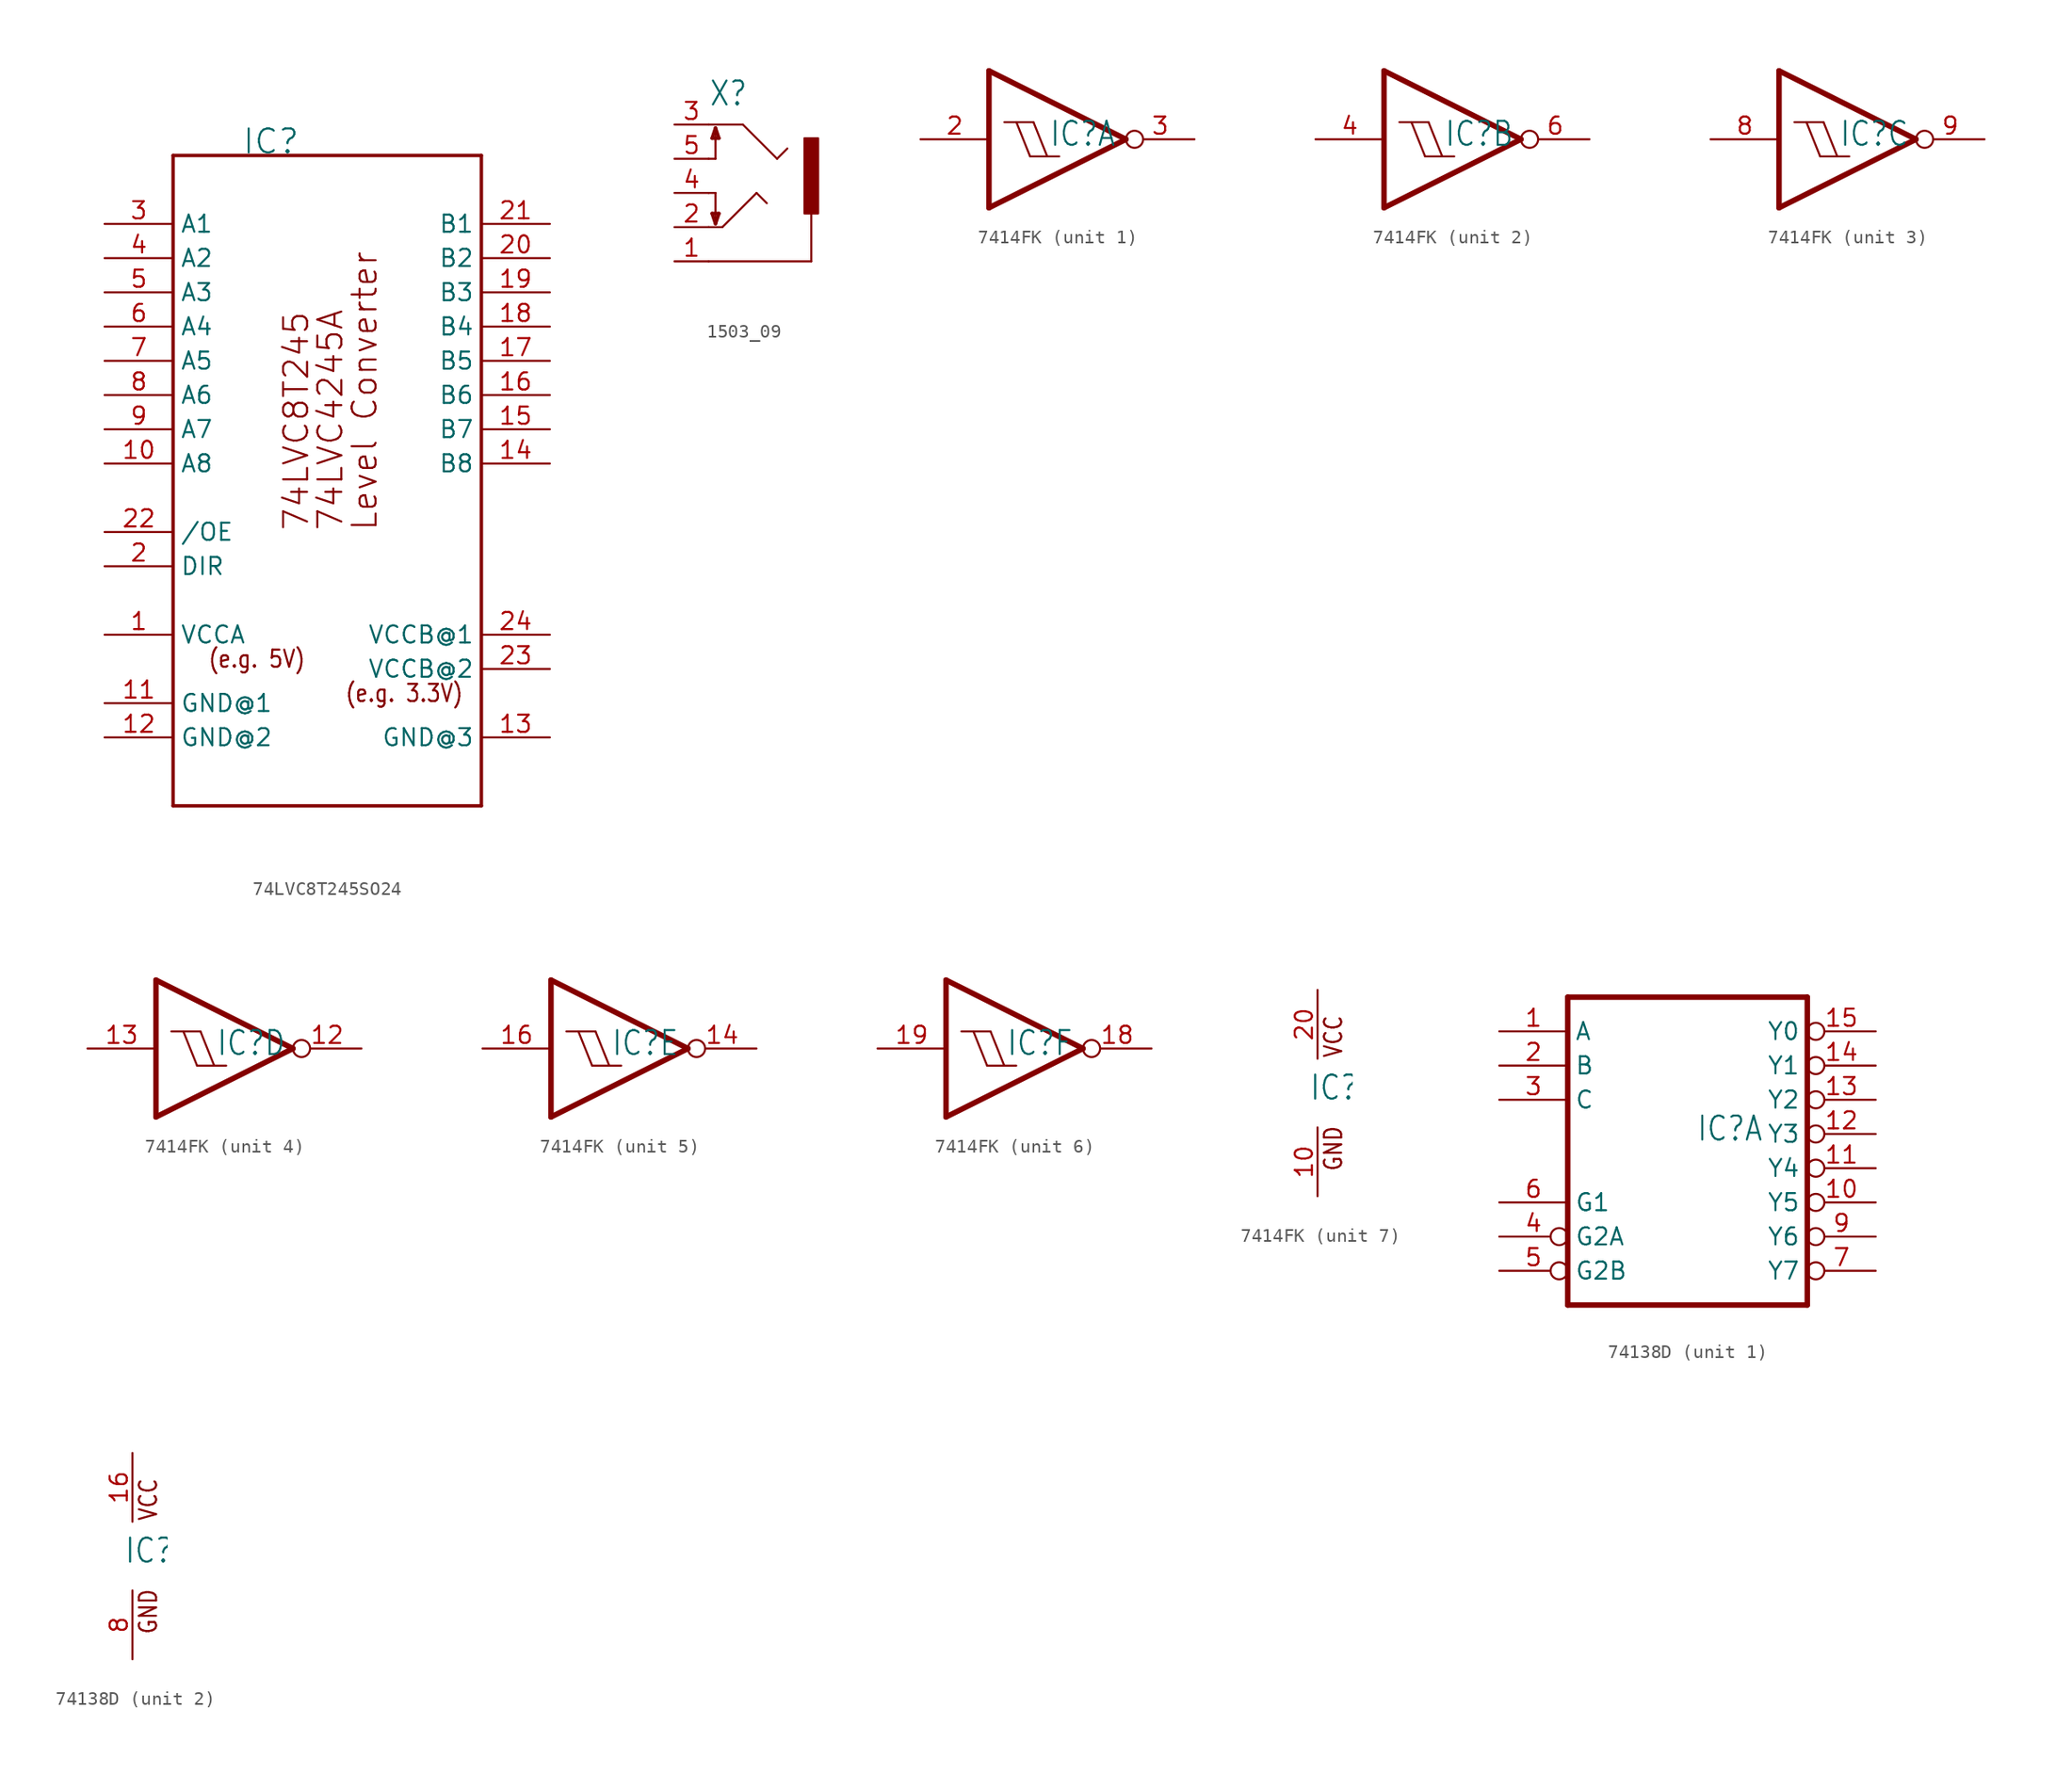
<source format=kicad_sym>
(kicad_symbol_lib
  (version 20231120)
  (generator "kicad_symbol_editor")
  (generator_version "8.0")
  (symbol "74LVC8T245SO24"
    (property "Reference" "IC"
      (at -2.54 22.86 0)
      (effects (font (size 1.778 1.778)) (justify left bottom)))
    (property "ki_locked" ""
      (at 0 0 0)
      (effects (font (size 1.27 1.27))))
    (symbol "74LVC8T245SO24_1_0"
      (polyline (pts (xy -7.62 -25.4) (xy -7.62 22.86)) (stroke (width 0.254) (type solid)) (fill (type none)))
      (polyline (pts (xy -7.62 22.86) (xy 15.24 22.86)) (stroke (width 0.254) (type solid)) (fill (type none)))
      (polyline (pts (xy 15.24 -25.4) (xy -7.62 -25.4)) (stroke (width 0.254) (type solid)) (fill (type none)))
      (polyline (pts (xy 15.24 22.86) (xy 15.24 -25.4)) (stroke (width 0.254) (type solid)) (fill (type none)))
      (text "(e.g. 3.3V)" (at 5.08 -17.78 0) (effects (font (size 1.27 1.079)) (justify left bottom)))
      (text "(e.g. 5V)" (at -5.08 -15.24 0) (effects (font (size 1.27 1.079)) (justify left bottom)))
      (text "74LVC4245A" (at 5.08 -5.08 900) (effects (font (size 1.778 1.778)) (justify left bottom)))
      (text "74LVC8T245" (at 2.54 -5.08 900) (effects (font (size 1.778 1.778)) (justify left bottom)))
      (text "Level Converter" (at 7.62 -5.08 900) (effects (font (size 1.778 1.778)) (justify left bottom)))
      (pin input line (at -12.7 -12.7 0) (length 5.08) (name "VCCA" (effects (font (size 1.27 1.27)))) (number "1" (effects (font (size 1.27 1.27)))))
      (pin bidirectional line (at -12.7 0 0) (length 5.08) (name "A8" (effects (font (size 1.27 1.27)))) (number "10" (effects (font (size 1.27 1.27)))))
      (pin input line (at -12.7 -17.78 0) (length 5.08) (name "GND@1" (effects (font (size 1.27 1.27)))) (number "11" (effects (font (size 1.27 1.27)))))
      (pin input line (at -12.7 -20.32 0) (length 5.08) (name "GND@2" (effects (font (size 1.27 1.27)))) (number "12" (effects (font (size 1.27 1.27)))))
      (pin input line (at 20.32 -20.32 180) (length 5.08) (name "GND@3" (effects (font (size 1.27 1.27)))) (number "13" (effects (font (size 1.27 1.27)))))
      (pin bidirectional line (at 20.32 0 180) (length 5.08) (name "B8" (effects (font (size 1.27 1.27)))) (number "14" (effects (font (size 1.27 1.27)))))
      (pin bidirectional line (at 20.32 2.54 180) (length 5.08) (name "B7" (effects (font (size 1.27 1.27)))) (number "15" (effects (font (size 1.27 1.27)))))
      (pin bidirectional line (at 20.32 5.08 180) (length 5.08) (name "B6" (effects (font (size 1.27 1.27)))) (number "16" (effects (font (size 1.27 1.27)))))
      (pin bidirectional line (at 20.32 7.62 180) (length 5.08) (name "B5" (effects (font (size 1.27 1.27)))) (number "17" (effects (font (size 1.27 1.27)))))
      (pin bidirectional line (at 20.32 10.16 180) (length 5.08) (name "B4" (effects (font (size 1.27 1.27)))) (number "18" (effects (font (size 1.27 1.27)))))
      (pin bidirectional line (at 20.32 12.7 180) (length 5.08) (name "B3" (effects (font (size 1.27 1.27)))) (number "19" (effects (font (size 1.27 1.27)))))
      (pin input line (at -12.7 -7.62 0) (length 5.08) (name "DIR" (effects (font (size 1.27 1.27)))) (number "2" (effects (font (size 1.27 1.27)))))
      (pin bidirectional line (at 20.32 15.24 180) (length 5.08) (name "B2" (effects (font (size 1.27 1.27)))) (number "20" (effects (font (size 1.27 1.27)))))
      (pin bidirectional line (at 20.32 17.78 180) (length 5.08) (name "B1" (effects (font (size 1.27 1.27)))) (number "21" (effects (font (size 1.27 1.27)))))
      (pin input line (at -12.7 -5.08 0) (length 5.08) (name "/OE" (effects (font (size 1.27 1.27)))) (number "22" (effects (font (size 1.27 1.27)))))
      (pin input line (at 20.32 -15.24 180) (length 5.08) (name "VCCB@2" (effects (font (size 1.27 1.27)))) (number "23" (effects (font (size 1.27 1.27)))))
      (pin input line (at 20.32 -12.7 180) (length 5.08) (name "VCCB@1" (effects (font (size 1.27 1.27)))) (number "24" (effects (font (size 1.27 1.27)))))
      (pin bidirectional line (at -12.7 17.78 0) (length 5.08) (name "A1" (effects (font (size 1.27 1.27)))) (number "3" (effects (font (size 1.27 1.27)))))
      (pin bidirectional line (at -12.7 15.24 0) (length 5.08) (name "A2" (effects (font (size 1.27 1.27)))) (number "4" (effects (font (size 1.27 1.27)))))
      (pin bidirectional line (at -12.7 12.7 0) (length 5.08) (name "A3" (effects (font (size 1.27 1.27)))) (number "5" (effects (font (size 1.27 1.27)))))
      (pin bidirectional line (at -12.7 10.16 0) (length 5.08) (name "A4" (effects (font (size 1.27 1.27)))) (number "6" (effects (font (size 1.27 1.27)))))
      (pin bidirectional line (at -12.7 7.62 0) (length 5.08) (name "A5" (effects (font (size 1.27 1.27)))) (number "7" (effects (font (size 1.27 1.27)))))
      (pin bidirectional line (at -12.7 5.08 0) (length 5.08) (name "A6" (effects (font (size 1.27 1.27)))) (number "8" (effects (font (size 1.27 1.27)))))
      (pin bidirectional line (at -12.7 2.54 0) (length 5.08) (name "A7" (effects (font (size 1.27 1.27)))) (number "9" (effects (font (size 1.27 1.27)))))))
  (symbol "1503_09"
    (property "Reference" "X"
      (at -2.54 6.35 0)
      (effects (font (size 1.778 1.511)) (justify left bottom)))
    (property "Value" ""
      (at -2.54 -7.62 0)
      (effects (font (size 1.778 1.511)) (justify left bottom)))
    (property "ki_locked" ""
      (at 0 0 0)
      (effects (font (size 1.27 1.27))))
    (symbol "1503_09_1_0"
      (polyline (pts (xy -2.54 -5.08) (xy 5.08 -5.08)) (stroke (width 0.152) (type solid)) (fill (type none)))
      (polyline (pts (xy -2.54 -2.54) (xy -1.524 -2.54)) (stroke (width 0.152) (type solid)) (fill (type none)))
      (polyline (pts (xy -2.54 0) (xy -2.032 0)) (stroke (width 0.152) (type solid)) (fill (type none)))
      (polyline (pts (xy -2.54 2.54) (xy -2.032 2.54)) (stroke (width 0.152) (type solid)) (fill (type none)))
      (polyline (pts (xy -2.54 5.08) (xy 0 5.08)) (stroke (width 0.152) (type solid)) (fill (type none)))
      (polyline (pts (xy -2.286 -1.524) (xy -1.778 -1.524)) (stroke (width 0.254) (type solid)) (fill (type none)))
      (polyline (pts (xy -2.286 4.064) (xy -1.778 4.064)) (stroke (width 0.254) (type solid)) (fill (type none)))
      (polyline (pts (xy -2.032 -2.286) (xy -2.286 -1.524)) (stroke (width 0.254) (type solid)) (fill (type none)))
      (polyline (pts (xy -2.032 0) (xy -2.032 -2.286)) (stroke (width 0.152) (type solid)) (fill (type none)))
      (polyline (pts (xy -2.032 2.54) (xy -2.032 4.826)) (stroke (width 0.152) (type solid)) (fill (type none)))
      (polyline (pts (xy -2.032 4.826) (xy -2.286 4.064)) (stroke (width 0.254) (type solid)) (fill (type none)))
      (polyline (pts (xy -1.778 -1.524) (xy -2.032 -2.286)) (stroke (width 0.254) (type solid)) (fill (type none)))
      (polyline (pts (xy -1.778 4.064) (xy -2.032 4.826)) (stroke (width 0.254) (type solid)) (fill (type none)))
      (polyline (pts (xy -1.524 -2.54) (xy 1.016 0)) (stroke (width 0.152) (type solid)) (fill (type none)))
      (polyline (pts (xy 0 5.08) (xy 2.54 2.54)) (stroke (width 0.152) (type solid)) (fill (type none)))
      (polyline (pts (xy 1.016 0) (xy 1.778 -0.762)) (stroke (width 0.152) (type solid)) (fill (type none)))
      (polyline (pts (xy 2.54 2.54) (xy 3.302 3.302)) (stroke (width 0.152) (type solid)) (fill (type none)))
      (polyline (pts (xy 5.08 -5.08) (xy 5.08 -1.524)) (stroke (width 0.152) (type solid)) (fill (type none)))
      (rectangle (start 4.572 4.064) (end 5.588 -1.524) (stroke (width 0) (type default)) (fill (type outline)))
      (pin passive line (at -5.08 -5.08 0) (length 2.54) (name "1" (effects (font (size 0 0)))) (number "1" (effects (font (size 1.27 1.27)))))
      (pin passive line (at -5.08 -2.54 0) (length 2.54) (name "2" (effects (font (size 0 0)))) (number "2" (effects (font (size 1.27 1.27)))))
      (pin passive line (at -5.08 5.08 0) (length 2.54) (name "3" (effects (font (size 0 0)))) (number "3" (effects (font (size 1.27 1.27)))))
      (pin passive line (at -5.08 0 0) (length 2.54) (name "4" (effects (font (size 0 0)))) (number "4" (effects (font (size 1.27 1.27)))))
      (pin passive line (at -5.08 2.54 0) (length 2.54) (name "5" (effects (font (size 0 0)))) (number "5" (effects (font (size 1.27 1.27)))))))
  (symbol "7414FK"
    (property "Reference" "IC"
      (at -0.635 -0.635 0)
      (effects (font (size 1.778 1.511)) (justify left bottom)))
    (property "ki_locked" ""
      (at 0 0 0)
      (effects (font (size 1.27 1.27))))
    (symbol "7414FK_1_0"
      (polyline (pts (xy -5.08 -5.08) (xy -5.08 5.08)) (stroke (width 0.406) (type solid)) (fill (type none)))
      (polyline (pts (xy -5.08 5.08) (xy 5.08 0)) (stroke (width 0.406) (type solid)) (fill (type none)))
      (polyline (pts (xy -3.937 1.27) (xy -3.048 1.27)) (stroke (width 0.152) (type solid)) (fill (type none)))
      (polyline (pts (xy -3.048 1.27) (xy -1.778 1.27)) (stroke (width 0.152) (type solid)) (fill (type none)))
      (polyline (pts (xy -2.032 -1.27) (xy -3.048 1.27)) (stroke (width 0.152) (type solid)) (fill (type none)))
      (polyline (pts (xy -2.032 -1.27) (xy -0.762 -1.27)) (stroke (width 0.152) (type solid)) (fill (type none)))
      (polyline (pts (xy -0.762 -1.27) (xy -1.778 1.27)) (stroke (width 0.152) (type solid)) (fill (type none)))
      (polyline (pts (xy -0.762 -1.27) (xy 0.127 -1.27)) (stroke (width 0.152) (type solid)) (fill (type none)))
      (polyline (pts (xy 5.08 0) (xy -5.08 -5.08)) (stroke (width 0.406) (type solid)) (fill (type none)))
      (pin input line (at -10.16 0 0) (length 5.08) (name "I" (effects (font (size 0 0)))) (number "2" (effects (font (size 1.27 1.27)))))
      (pin output inverted (at 10.16 0 180) (length 5.08) (name "O" (effects (font (size 0 0)))) (number "3" (effects (font (size 1.27 1.27))))))
    (symbol "7414FK_2_0"
      (polyline (pts (xy -5.08 -5.08) (xy -5.08 5.08)) (stroke (width 0.406) (type solid)) (fill (type none)))
      (polyline (pts (xy -5.08 5.08) (xy 5.08 0)) (stroke (width 0.406) (type solid)) (fill (type none)))
      (polyline (pts (xy -3.937 1.27) (xy -3.048 1.27)) (stroke (width 0.152) (type solid)) (fill (type none)))
      (polyline (pts (xy -3.048 1.27) (xy -1.778 1.27)) (stroke (width 0.152) (type solid)) (fill (type none)))
      (polyline (pts (xy -2.032 -1.27) (xy -3.048 1.27)) (stroke (width 0.152) (type solid)) (fill (type none)))
      (polyline (pts (xy -2.032 -1.27) (xy -0.762 -1.27)) (stroke (width 0.152) (type solid)) (fill (type none)))
      (polyline (pts (xy -0.762 -1.27) (xy -1.778 1.27)) (stroke (width 0.152) (type solid)) (fill (type none)))
      (polyline (pts (xy -0.762 -1.27) (xy 0.127 -1.27)) (stroke (width 0.152) (type solid)) (fill (type none)))
      (polyline (pts (xy 5.08 0) (xy -5.08 -5.08)) (stroke (width 0.406) (type solid)) (fill (type none)))
      (pin input line (at -10.16 0 0) (length 5.08) (name "I" (effects (font (size 0 0)))) (number "4" (effects (font (size 1.27 1.27)))))
      (pin output inverted (at 10.16 0 180) (length 5.08) (name "O" (effects (font (size 0 0)))) (number "6" (effects (font (size 1.27 1.27))))))
    (symbol "7414FK_3_0"
      (polyline (pts (xy -5.08 -5.08) (xy -5.08 5.08)) (stroke (width 0.406) (type solid)) (fill (type none)))
      (polyline (pts (xy -5.08 5.08) (xy 5.08 0)) (stroke (width 0.406) (type solid)) (fill (type none)))
      (polyline (pts (xy -3.937 1.27) (xy -3.048 1.27)) (stroke (width 0.152) (type solid)) (fill (type none)))
      (polyline (pts (xy -3.048 1.27) (xy -1.778 1.27)) (stroke (width 0.152) (type solid)) (fill (type none)))
      (polyline (pts (xy -2.032 -1.27) (xy -3.048 1.27)) (stroke (width 0.152) (type solid)) (fill (type none)))
      (polyline (pts (xy -2.032 -1.27) (xy -0.762 -1.27)) (stroke (width 0.152) (type solid)) (fill (type none)))
      (polyline (pts (xy -0.762 -1.27) (xy -1.778 1.27)) (stroke (width 0.152) (type solid)) (fill (type none)))
      (polyline (pts (xy -0.762 -1.27) (xy 0.127 -1.27)) (stroke (width 0.152) (type solid)) (fill (type none)))
      (polyline (pts (xy 5.08 0) (xy -5.08 -5.08)) (stroke (width 0.406) (type solid)) (fill (type none)))
      (pin input line (at -10.16 0 0) (length 5.08) (name "I" (effects (font (size 0 0)))) (number "8" (effects (font (size 1.27 1.27)))))
      (pin output inverted (at 10.16 0 180) (length 5.08) (name "O" (effects (font (size 0 0)))) (number "9" (effects (font (size 1.27 1.27))))))
    (symbol "7414FK_4_0"
      (polyline (pts (xy -5.08 -5.08) (xy -5.08 5.08)) (stroke (width 0.406) (type solid)) (fill (type none)))
      (polyline (pts (xy -5.08 5.08) (xy 5.08 0)) (stroke (width 0.406) (type solid)) (fill (type none)))
      (polyline (pts (xy -3.937 1.27) (xy -3.048 1.27)) (stroke (width 0.152) (type solid)) (fill (type none)))
      (polyline (pts (xy -3.048 1.27) (xy -1.778 1.27)) (stroke (width 0.152) (type solid)) (fill (type none)))
      (polyline (pts (xy -2.032 -1.27) (xy -3.048 1.27)) (stroke (width 0.152) (type solid)) (fill (type none)))
      (polyline (pts (xy -2.032 -1.27) (xy -0.762 -1.27)) (stroke (width 0.152) (type solid)) (fill (type none)))
      (polyline (pts (xy -0.762 -1.27) (xy -1.778 1.27)) (stroke (width 0.152) (type solid)) (fill (type none)))
      (polyline (pts (xy -0.762 -1.27) (xy 0.127 -1.27)) (stroke (width 0.152) (type solid)) (fill (type none)))
      (polyline (pts (xy 5.08 0) (xy -5.08 -5.08)) (stroke (width 0.406) (type solid)) (fill (type none)))
      (pin output inverted (at 10.16 0 180) (length 5.08) (name "O" (effects (font (size 0 0)))) (number "12" (effects (font (size 1.27 1.27)))))
      (pin input line (at -10.16 0 0) (length 5.08) (name "I" (effects (font (size 0 0)))) (number "13" (effects (font (size 1.27 1.27))))))
    (symbol "7414FK_5_0"
      (polyline (pts (xy -5.08 -5.08) (xy -5.08 5.08)) (stroke (width 0.406) (type solid)) (fill (type none)))
      (polyline (pts (xy -5.08 5.08) (xy 5.08 0)) (stroke (width 0.406) (type solid)) (fill (type none)))
      (polyline (pts (xy -3.937 1.27) (xy -3.048 1.27)) (stroke (width 0.152) (type solid)) (fill (type none)))
      (polyline (pts (xy -3.048 1.27) (xy -1.778 1.27)) (stroke (width 0.152) (type solid)) (fill (type none)))
      (polyline (pts (xy -2.032 -1.27) (xy -3.048 1.27)) (stroke (width 0.152) (type solid)) (fill (type none)))
      (polyline (pts (xy -2.032 -1.27) (xy -0.762 -1.27)) (stroke (width 0.152) (type solid)) (fill (type none)))
      (polyline (pts (xy -0.762 -1.27) (xy -1.778 1.27)) (stroke (width 0.152) (type solid)) (fill (type none)))
      (polyline (pts (xy -0.762 -1.27) (xy 0.127 -1.27)) (stroke (width 0.152) (type solid)) (fill (type none)))
      (polyline (pts (xy 5.08 0) (xy -5.08 -5.08)) (stroke (width 0.406) (type solid)) (fill (type none)))
      (pin output inverted (at 10.16 0 180) (length 5.08) (name "O" (effects (font (size 0 0)))) (number "14" (effects (font (size 1.27 1.27)))))
      (pin input line (at -10.16 0 0) (length 5.08) (name "I" (effects (font (size 0 0)))) (number "16" (effects (font (size 1.27 1.27))))))
    (symbol "7414FK_6_0"
      (polyline (pts (xy -5.08 -5.08) (xy -5.08 5.08)) (stroke (width 0.406) (type solid)) (fill (type none)))
      (polyline (pts (xy -5.08 5.08) (xy 5.08 0)) (stroke (width 0.406) (type solid)) (fill (type none)))
      (polyline (pts (xy -3.937 1.27) (xy -3.048 1.27)) (stroke (width 0.152) (type solid)) (fill (type none)))
      (polyline (pts (xy -3.048 1.27) (xy -1.778 1.27)) (stroke (width 0.152) (type solid)) (fill (type none)))
      (polyline (pts (xy -2.032 -1.27) (xy -3.048 1.27)) (stroke (width 0.152) (type solid)) (fill (type none)))
      (polyline (pts (xy -2.032 -1.27) (xy -0.762 -1.27)) (stroke (width 0.152) (type solid)) (fill (type none)))
      (polyline (pts (xy -0.762 -1.27) (xy -1.778 1.27)) (stroke (width 0.152) (type solid)) (fill (type none)))
      (polyline (pts (xy -0.762 -1.27) (xy 0.127 -1.27)) (stroke (width 0.152) (type solid)) (fill (type none)))
      (polyline (pts (xy 5.08 0) (xy -5.08 -5.08)) (stroke (width 0.406) (type solid)) (fill (type none)))
      (pin output inverted (at 10.16 0 180) (length 5.08) (name "O" (effects (font (size 0 0)))) (number "18" (effects (font (size 1.27 1.27)))))
      (pin input line (at -10.16 0 0) (length 5.08) (name "I" (effects (font (size 0 0)))) (number "19" (effects (font (size 1.27 1.27))))))
    (symbol "7414FK_7_0"
      (text "GND" (at 1.905 -5.842 900) (effects (font (size 1.27 1.079)) (justify left bottom)))
      (text "VCC" (at 1.905 2.54 900) (effects (font (size 1.27 1.079)) (justify left bottom)))
      (pin power_in line (at 0 -7.62 90) (length 5.08) (name "GND" (effects (font (size 0 0)))) (number "10" (effects (font (size 1.27 1.27)))))
      (pin power_in line (at 0 7.62 270) (length 5.08) (name "VCC" (effects (font (size 0 0)))) (number "20" (effects (font (size 1.27 1.27)))))))
  (symbol "74138D"
    (property "Reference" "IC"
      (at -0.635 -0.635 0)
      (effects (font (size 1.778 1.511)) (justify left bottom)))
    (property "ki_locked" ""
      (at 0 0 0)
      (effects (font (size 1.27 1.27))))
    (symbol "74138D_1_0"
      (polyline (pts (xy -10.16 -12.7) (xy 7.62 -12.7)) (stroke (width 0.406) (type solid)) (fill (type none)))
      (polyline (pts (xy -10.16 10.16) (xy -10.16 -12.7)) (stroke (width 0.406) (type solid)) (fill (type none)))
      (polyline (pts (xy 7.62 -12.7) (xy 7.62 10.16)) (stroke (width 0.406) (type solid)) (fill (type none)))
      (polyline (pts (xy 7.62 10.16) (xy -10.16 10.16)) (stroke (width 0.406) (type solid)) (fill (type none)))
      (pin input line (at -15.24 7.62 0) (length 5.08) (name "A" (effects (font (size 1.27 1.27)))) (number "1" (effects (font (size 1.27 1.27)))))
      (pin output inverted (at 12.7 -5.08 180) (length 5.08) (name "Y5" (effects (font (size 1.27 1.27)))) (number "10" (effects (font (size 1.27 1.27)))))
      (pin output inverted (at 12.7 -2.54 180) (length 5.08) (name "Y4" (effects (font (size 1.27 1.27)))) (number "11" (effects (font (size 1.27 1.27)))))
      (pin output inverted (at 12.7 0 180) (length 5.08) (name "Y3" (effects (font (size 1.27 1.27)))) (number "12" (effects (font (size 1.27 1.27)))))
      (pin output inverted (at 12.7 2.54 180) (length 5.08) (name "Y2" (effects (font (size 1.27 1.27)))) (number "13" (effects (font (size 1.27 1.27)))))
      (pin output inverted (at 12.7 5.08 180) (length 5.08) (name "Y1" (effects (font (size 1.27 1.27)))) (number "14" (effects (font (size 1.27 1.27)))))
      (pin output inverted (at 12.7 7.62 180) (length 5.08) (name "Y0" (effects (font (size 1.27 1.27)))) (number "15" (effects (font (size 1.27 1.27)))))
      (pin input line (at -15.24 5.08 0) (length 5.08) (name "B" (effects (font (size 1.27 1.27)))) (number "2" (effects (font (size 1.27 1.27)))))
      (pin input line (at -15.24 2.54 0) (length 5.08) (name "C" (effects (font (size 1.27 1.27)))) (number "3" (effects (font (size 1.27 1.27)))))
      (pin input inverted (at -15.24 -7.62 0) (length 5.08) (name "G2A" (effects (font (size 1.27 1.27)))) (number "4" (effects (font (size 1.27 1.27)))))
      (pin input inverted (at -15.24 -10.16 0) (length 5.08) (name "G2B" (effects (font (size 1.27 1.27)))) (number "5" (effects (font (size 1.27 1.27)))))
      (pin input line (at -15.24 -5.08 0) (length 5.08) (name "G1" (effects (font (size 1.27 1.27)))) (number "6" (effects (font (size 1.27 1.27)))))
      (pin output inverted (at 12.7 -10.16 180) (length 5.08) (name "Y7" (effects (font (size 1.27 1.27)))) (number "7" (effects (font (size 1.27 1.27)))))
      (pin output inverted (at 12.7 -7.62 180) (length 5.08) (name "Y6" (effects (font (size 1.27 1.27)))) (number "9" (effects (font (size 1.27 1.27))))))
    (symbol "74138D_2_0"
      (text "GND" (at 1.905 -5.842 900) (effects (font (size 1.27 1.079)) (justify left bottom)))
      (text "VCC" (at 1.905 2.54 900) (effects (font (size 1.27 1.079)) (justify left bottom)))
      (pin power_in line (at 0 7.62 270) (length 5.08) (name "VCC" (effects (font (size 0 0)))) (number "16" (effects (font (size 1.27 1.27)))))
      (pin power_in line (at 0 -7.62 90) (length 5.08) (name "GND" (effects (font (size 0 0)))) (number "8" (effects (font (size 1.27 1.27))))))))
</source>
